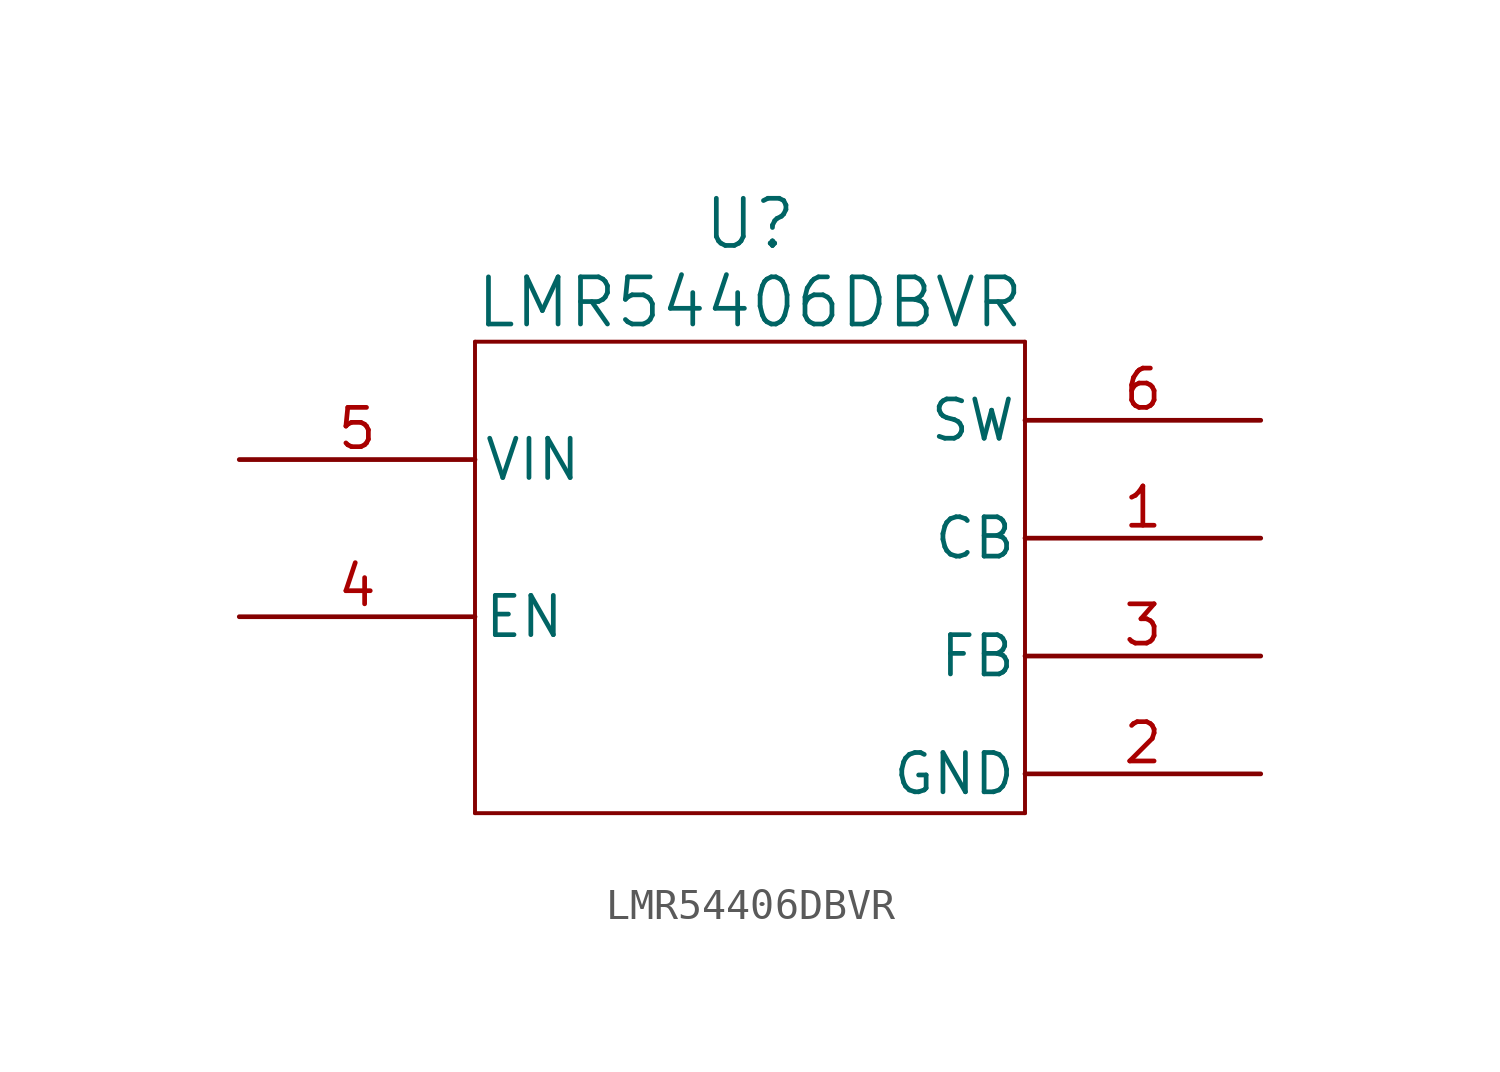
<source format=kicad_sym>
(kicad_symbol_lib
  (version 20220914)
  (generator kicad_symbol_editor)
  (symbol "LMR54406DBVR"
    (pin_names
      (offset 0.254))
    (property "Reference" "U"
      (at 16.51 8.89 0)
      (effects (font (size 1.524 1.524))))
    (property "Value" "LMR54406DBVR"
      (at 16.51 6.35 0)
      (effects (font (size 1.524 1.524))))
    (property "ki_locked" ""
      (at 0 0 0)
      (effects (font (size 1.27 1.27))))
    (symbol "LMR54406DBVR_0_1"
      (polyline (pts (xy 7.62 -10.16) (xy 25.4 -10.16)) (stroke (width 0.127) (type default)) (fill (type none)))
      (polyline (pts (xy 7.62 5.08) (xy 7.62 -10.16)) (stroke (width 0.127) (type default)) (fill (type none)))
      (polyline (pts (xy 25.4 -10.16) (xy 25.4 5.08)) (stroke (width 0.127) (type default)) (fill (type none)))
      (polyline (pts (xy 25.4 5.08) (xy 7.62 5.08)) (stroke (width 0.127) (type default)) (fill (type none)))
      (pin power_in line (at 33.02 -1.27 180) (length 7.62) (name "CB" (effects (font (size 1.27 1.27)))) (number "1" (effects (font (size 1.27 1.27)))))
      (pin power_out line (at 33.02 -8.89 180) (length 7.62) (name "GND" (effects (font (size 1.27 1.27)))) (number "2" (effects (font (size 1.27 1.27)))))
      (pin unspecified line (at 33.02 -5.08 180) (length 7.62) (name "FB" (effects (font (size 1.27 1.27)))) (number "3" (effects (font (size 1.27 1.27)))))
      (pin unspecified line (at 0 -3.81 0) (length 7.62) (name "EN" (effects (font (size 1.27 1.27)))) (number "4" (effects (font (size 1.27 1.27)))))
      (pin power_in line (at 0 1.27 0) (length 7.62) (name "VIN" (effects (font (size 1.27 1.27)))) (number "5" (effects (font (size 1.27 1.27)))))
      (pin power_in line (at 33.02 2.54 180) (length 7.62) (name "SW" (effects (font (size 1.27 1.27)))) (number "6" (effects (font (size 1.27 1.27))))))))
</source>
